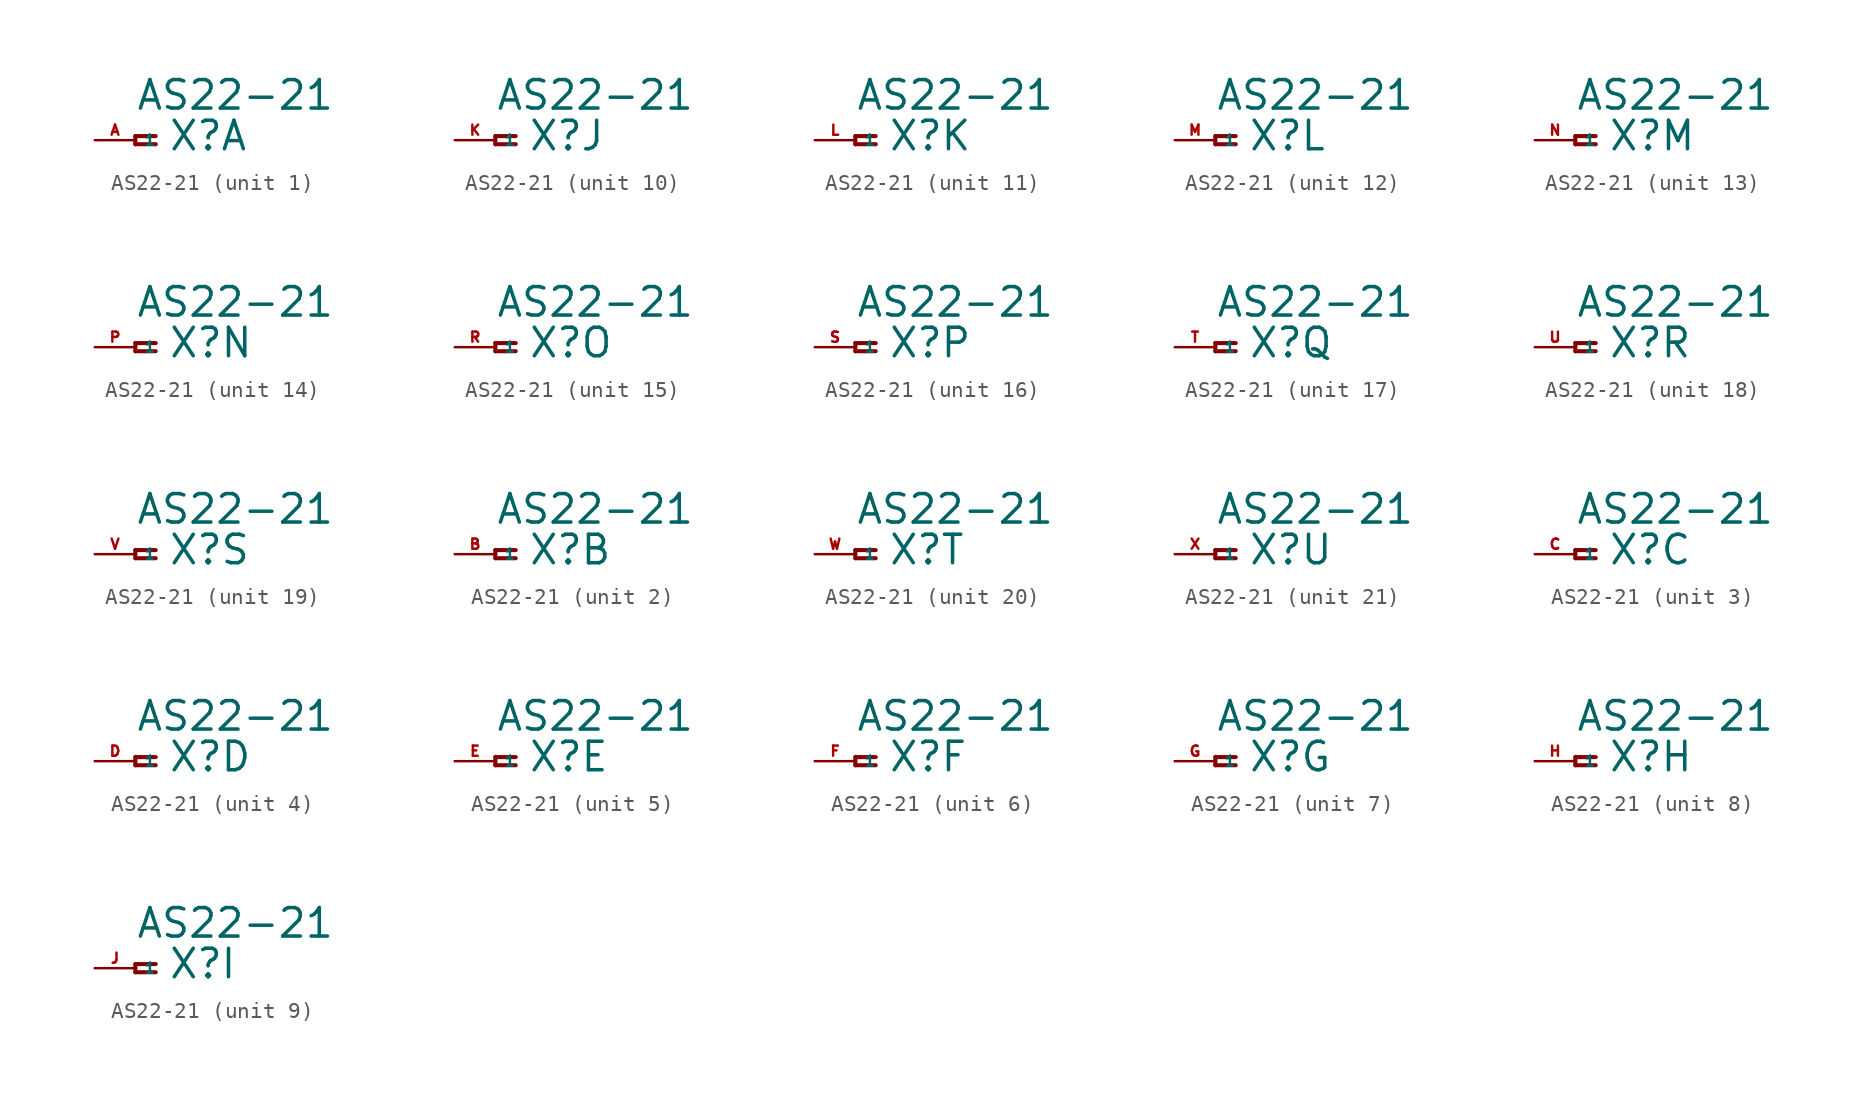
<source format=kicad_sym>
(kicad_symbol_lib
  (version 20220914)
  (generator Eagle2Kicad)
  (symbol "AS22-21"
    (property "Reference" "X"
      (at 2.032 -0.762 0)
      (effects (font (size 1.778 1.778) (thickness 0.22)) (justify left bottom)))
    (property "Value" "AS22-21"
      (at 0 1.778 0)
      (effects (font (size 1.778 1.778) (thickness 0.22)) (justify left bottom)))
    (symbol "AS22-21_1_0"
      (polyline (pts (xy 1.27 0.254) (xy 0 0.254)) (stroke (width 0.254) (type default)) (fill (type none)))
      (polyline (pts (xy 0 0.254) (xy 0 -0.254)) (stroke (width 0.254) (type default)) (fill (type none)))
      (polyline (pts (xy 0 -0.254) (xy 1.27 -0.254)) (stroke (width 0.254) (type default)) (fill (type none)))
      (pin passive line (at -2.54 0 0) (length 2.54) (name "1" (effects (font (size 0.635 0.635) (thickness 0.08)) (justify left bottom))) (number "A" (effects (font (size 0.635 0.635) (thickness 0.08)) (justify left bottom)))))
    (symbol "AS22-21_2_0"
      (polyline (pts (xy 1.27 0.254) (xy 0 0.254)) (stroke (width 0.254) (type default)) (fill (type none)))
      (polyline (pts (xy 0 0.254) (xy 0 -0.254)) (stroke (width 0.254) (type default)) (fill (type none)))
      (polyline (pts (xy 0 -0.254) (xy 1.27 -0.254)) (stroke (width 0.254) (type default)) (fill (type none)))
      (pin passive line (at -2.54 0 0) (length 2.54) (name "1" (effects (font (size 0.635 0.635) (thickness 0.08)) (justify left bottom))) (number "B" (effects (font (size 0.635 0.635) (thickness 0.08)) (justify left bottom)))))
    (symbol "AS22-21_3_0"
      (polyline (pts (xy 1.27 0.254) (xy 0 0.254)) (stroke (width 0.254) (type default)) (fill (type none)))
      (polyline (pts (xy 0 0.254) (xy 0 -0.254)) (stroke (width 0.254) (type default)) (fill (type none)))
      (polyline (pts (xy 0 -0.254) (xy 1.27 -0.254)) (stroke (width 0.254) (type default)) (fill (type none)))
      (pin passive line (at -2.54 0 0) (length 2.54) (name "1" (effects (font (size 0.635 0.635) (thickness 0.08)) (justify left bottom))) (number "C" (effects (font (size 0.635 0.635) (thickness 0.08)) (justify left bottom)))))
    (symbol "AS22-21_4_0"
      (polyline (pts (xy 1.27 0.254) (xy 0 0.254)) (stroke (width 0.254) (type default)) (fill (type none)))
      (polyline (pts (xy 0 0.254) (xy 0 -0.254)) (stroke (width 0.254) (type default)) (fill (type none)))
      (polyline (pts (xy 0 -0.254) (xy 1.27 -0.254)) (stroke (width 0.254) (type default)) (fill (type none)))
      (pin passive line (at -2.54 0 0) (length 2.54) (name "1" (effects (font (size 0.635 0.635) (thickness 0.08)) (justify left bottom))) (number "D" (effects (font (size 0.635 0.635) (thickness 0.08)) (justify left bottom)))))
    (symbol "AS22-21_5_0"
      (polyline (pts (xy 1.27 0.254) (xy 0 0.254)) (stroke (width 0.254) (type default)) (fill (type none)))
      (polyline (pts (xy 0 0.254) (xy 0 -0.254)) (stroke (width 0.254) (type default)) (fill (type none)))
      (polyline (pts (xy 0 -0.254) (xy 1.27 -0.254)) (stroke (width 0.254) (type default)) (fill (type none)))
      (pin passive line (at -2.54 0 0) (length 2.54) (name "1" (effects (font (size 0.635 0.635) (thickness 0.08)) (justify left bottom))) (number "E" (effects (font (size 0.635 0.635) (thickness 0.08)) (justify left bottom)))))
    (symbol "AS22-21_6_0"
      (polyline (pts (xy 1.27 0.254) (xy 0 0.254)) (stroke (width 0.254) (type default)) (fill (type none)))
      (polyline (pts (xy 0 0.254) (xy 0 -0.254)) (stroke (width 0.254) (type default)) (fill (type none)))
      (polyline (pts (xy 0 -0.254) (xy 1.27 -0.254)) (stroke (width 0.254) (type default)) (fill (type none)))
      (pin passive line (at -2.54 0 0) (length 2.54) (name "1" (effects (font (size 0.635 0.635) (thickness 0.08)) (justify left bottom))) (number "F" (effects (font (size 0.635 0.635) (thickness 0.08)) (justify left bottom)))))
    (symbol "AS22-21_7_0"
      (polyline (pts (xy 1.27 0.254) (xy 0 0.254)) (stroke (width 0.254) (type default)) (fill (type none)))
      (polyline (pts (xy 0 0.254) (xy 0 -0.254)) (stroke (width 0.254) (type default)) (fill (type none)))
      (polyline (pts (xy 0 -0.254) (xy 1.27 -0.254)) (stroke (width 0.254) (type default)) (fill (type none)))
      (pin passive line (at -2.54 0 0) (length 2.54) (name "1" (effects (font (size 0.635 0.635) (thickness 0.08)) (justify left bottom))) (number "G" (effects (font (size 0.635 0.635) (thickness 0.08)) (justify left bottom)))))
    (symbol "AS22-21_8_0"
      (polyline (pts (xy 1.27 0.254) (xy 0 0.254)) (stroke (width 0.254) (type default)) (fill (type none)))
      (polyline (pts (xy 0 0.254) (xy 0 -0.254)) (stroke (width 0.254) (type default)) (fill (type none)))
      (polyline (pts (xy 0 -0.254) (xy 1.27 -0.254)) (stroke (width 0.254) (type default)) (fill (type none)))
      (pin passive line (at -2.54 0 0) (length 2.54) (name "1" (effects (font (size 0.635 0.635) (thickness 0.08)) (justify left bottom))) (number "H" (effects (font (size 0.635 0.635) (thickness 0.08)) (justify left bottom)))))
    (symbol "AS22-21_9_0"
      (polyline (pts (xy 1.27 0.254) (xy 0 0.254)) (stroke (width 0.254) (type default)) (fill (type none)))
      (polyline (pts (xy 0 0.254) (xy 0 -0.254)) (stroke (width 0.254) (type default)) (fill (type none)))
      (polyline (pts (xy 0 -0.254) (xy 1.27 -0.254)) (stroke (width 0.254) (type default)) (fill (type none)))
      (pin passive line (at -2.54 0 0) (length 2.54) (name "1" (effects (font (size 0.635 0.635) (thickness 0.08)) (justify left bottom))) (number "J" (effects (font (size 0.635 0.635) (thickness 0.08)) (justify left bottom)))))
    (symbol "AS22-21_10_0"
      (polyline (pts (xy 1.27 0.254) (xy 0 0.254)) (stroke (width 0.254) (type default)) (fill (type none)))
      (polyline (pts (xy 0 0.254) (xy 0 -0.254)) (stroke (width 0.254) (type default)) (fill (type none)))
      (polyline (pts (xy 0 -0.254) (xy 1.27 -0.254)) (stroke (width 0.254) (type default)) (fill (type none)))
      (pin passive line (at -2.54 0 0) (length 2.54) (name "1" (effects (font (size 0.635 0.635) (thickness 0.08)) (justify left bottom))) (number "K" (effects (font (size 0.635 0.635) (thickness 0.08)) (justify left bottom)))))
    (symbol "AS22-21_11_0"
      (polyline (pts (xy 1.27 0.254) (xy 0 0.254)) (stroke (width 0.254) (type default)) (fill (type none)))
      (polyline (pts (xy 0 0.254) (xy 0 -0.254)) (stroke (width 0.254) (type default)) (fill (type none)))
      (polyline (pts (xy 0 -0.254) (xy 1.27 -0.254)) (stroke (width 0.254) (type default)) (fill (type none)))
      (pin passive line (at -2.54 0 0) (length 2.54) (name "1" (effects (font (size 0.635 0.635) (thickness 0.08)) (justify left bottom))) (number "L" (effects (font (size 0.635 0.635) (thickness 0.08)) (justify left bottom)))))
    (symbol "AS22-21_12_0"
      (polyline (pts (xy 1.27 0.254) (xy 0 0.254)) (stroke (width 0.254) (type default)) (fill (type none)))
      (polyline (pts (xy 0 0.254) (xy 0 -0.254)) (stroke (width 0.254) (type default)) (fill (type none)))
      (polyline (pts (xy 0 -0.254) (xy 1.27 -0.254)) (stroke (width 0.254) (type default)) (fill (type none)))
      (pin passive line (at -2.54 0 0) (length 2.54) (name "1" (effects (font (size 0.635 0.635) (thickness 0.08)) (justify left bottom))) (number "M" (effects (font (size 0.635 0.635) (thickness 0.08)) (justify left bottom)))))
    (symbol "AS22-21_13_0"
      (polyline (pts (xy 1.27 0.254) (xy 0 0.254)) (stroke (width 0.254) (type default)) (fill (type none)))
      (polyline (pts (xy 0 0.254) (xy 0 -0.254)) (stroke (width 0.254) (type default)) (fill (type none)))
      (polyline (pts (xy 0 -0.254) (xy 1.27 -0.254)) (stroke (width 0.254) (type default)) (fill (type none)))
      (pin passive line (at -2.54 0 0) (length 2.54) (name "1" (effects (font (size 0.635 0.635) (thickness 0.08)) (justify left bottom))) (number "N" (effects (font (size 0.635 0.635) (thickness 0.08)) (justify left bottom)))))
    (symbol "AS22-21_14_0"
      (polyline (pts (xy 1.27 0.254) (xy 0 0.254)) (stroke (width 0.254) (type default)) (fill (type none)))
      (polyline (pts (xy 0 0.254) (xy 0 -0.254)) (stroke (width 0.254) (type default)) (fill (type none)))
      (polyline (pts (xy 0 -0.254) (xy 1.27 -0.254)) (stroke (width 0.254) (type default)) (fill (type none)))
      (pin passive line (at -2.54 0 0) (length 2.54) (name "1" (effects (font (size 0.635 0.635) (thickness 0.08)) (justify left bottom))) (number "P" (effects (font (size 0.635 0.635) (thickness 0.08)) (justify left bottom)))))
    (symbol "AS22-21_15_0"
      (polyline (pts (xy 1.27 0.254) (xy 0 0.254)) (stroke (width 0.254) (type default)) (fill (type none)))
      (polyline (pts (xy 0 0.254) (xy 0 -0.254)) (stroke (width 0.254) (type default)) (fill (type none)))
      (polyline (pts (xy 0 -0.254) (xy 1.27 -0.254)) (stroke (width 0.254) (type default)) (fill (type none)))
      (pin passive line (at -2.54 0 0) (length 2.54) (name "1" (effects (font (size 0.635 0.635) (thickness 0.08)) (justify left bottom))) (number "R" (effects (font (size 0.635 0.635) (thickness 0.08)) (justify left bottom)))))
    (symbol "AS22-21_16_0"
      (polyline (pts (xy 1.27 0.254) (xy 0 0.254)) (stroke (width 0.254) (type default)) (fill (type none)))
      (polyline (pts (xy 0 0.254) (xy 0 -0.254)) (stroke (width 0.254) (type default)) (fill (type none)))
      (polyline (pts (xy 0 -0.254) (xy 1.27 -0.254)) (stroke (width 0.254) (type default)) (fill (type none)))
      (pin passive line (at -2.54 0 0) (length 2.54) (name "1" (effects (font (size 0.635 0.635) (thickness 0.08)) (justify left bottom))) (number "S" (effects (font (size 0.635 0.635) (thickness 0.08)) (justify left bottom)))))
    (symbol "AS22-21_17_0"
      (polyline (pts (xy 1.27 0.254) (xy 0 0.254)) (stroke (width 0.254) (type default)) (fill (type none)))
      (polyline (pts (xy 0 0.254) (xy 0 -0.254)) (stroke (width 0.254) (type default)) (fill (type none)))
      (polyline (pts (xy 0 -0.254) (xy 1.27 -0.254)) (stroke (width 0.254) (type default)) (fill (type none)))
      (pin passive line (at -2.54 0 0) (length 2.54) (name "1" (effects (font (size 0.635 0.635) (thickness 0.08)) (justify left bottom))) (number "T" (effects (font (size 0.635 0.635) (thickness 0.08)) (justify left bottom)))))
    (symbol "AS22-21_18_0"
      (polyline (pts (xy 1.27 0.254) (xy 0 0.254)) (stroke (width 0.254) (type default)) (fill (type none)))
      (polyline (pts (xy 0 0.254) (xy 0 -0.254)) (stroke (width 0.254) (type default)) (fill (type none)))
      (polyline (pts (xy 0 -0.254) (xy 1.27 -0.254)) (stroke (width 0.254) (type default)) (fill (type none)))
      (pin passive line (at -2.54 0 0) (length 2.54) (name "1" (effects (font (size 0.635 0.635) (thickness 0.08)) (justify left bottom))) (number "U" (effects (font (size 0.635 0.635) (thickness 0.08)) (justify left bottom)))))
    (symbol "AS22-21_19_0"
      (polyline (pts (xy 1.27 0.254) (xy 0 0.254)) (stroke (width 0.254) (type default)) (fill (type none)))
      (polyline (pts (xy 0 0.254) (xy 0 -0.254)) (stroke (width 0.254) (type default)) (fill (type none)))
      (polyline (pts (xy 0 -0.254) (xy 1.27 -0.254)) (stroke (width 0.254) (type default)) (fill (type none)))
      (pin passive line (at -2.54 0 0) (length 2.54) (name "1" (effects (font (size 0.635 0.635) (thickness 0.08)) (justify left bottom))) (number "V" (effects (font (size 0.635 0.635) (thickness 0.08)) (justify left bottom)))))
    (symbol "AS22-21_20_0"
      (polyline (pts (xy 1.27 0.254) (xy 0 0.254)) (stroke (width 0.254) (type default)) (fill (type none)))
      (polyline (pts (xy 0 0.254) (xy 0 -0.254)) (stroke (width 0.254) (type default)) (fill (type none)))
      (polyline (pts (xy 0 -0.254) (xy 1.27 -0.254)) (stroke (width 0.254) (type default)) (fill (type none)))
      (pin passive line (at -2.54 0 0) (length 2.54) (name "1" (effects (font (size 0.635 0.635) (thickness 0.08)) (justify left bottom))) (number "W" (effects (font (size 0.635 0.635) (thickness 0.08)) (justify left bottom)))))
    (symbol "AS22-21_21_0"
      (polyline (pts (xy 1.27 0.254) (xy 0 0.254)) (stroke (width 0.254) (type default)) (fill (type none)))
      (polyline (pts (xy 0 0.254) (xy 0 -0.254)) (stroke (width 0.254) (type default)) (fill (type none)))
      (polyline (pts (xy 0 -0.254) (xy 1.27 -0.254)) (stroke (width 0.254) (type default)) (fill (type none)))
      (pin passive line (at -2.54 0 0) (length 2.54) (name "1" (effects (font (size 0.635 0.635) (thickness 0.08)) (justify left bottom))) (number "X" (effects (font (size 0.635 0.635) (thickness 0.08)) (justify left bottom)))))))
</source>
